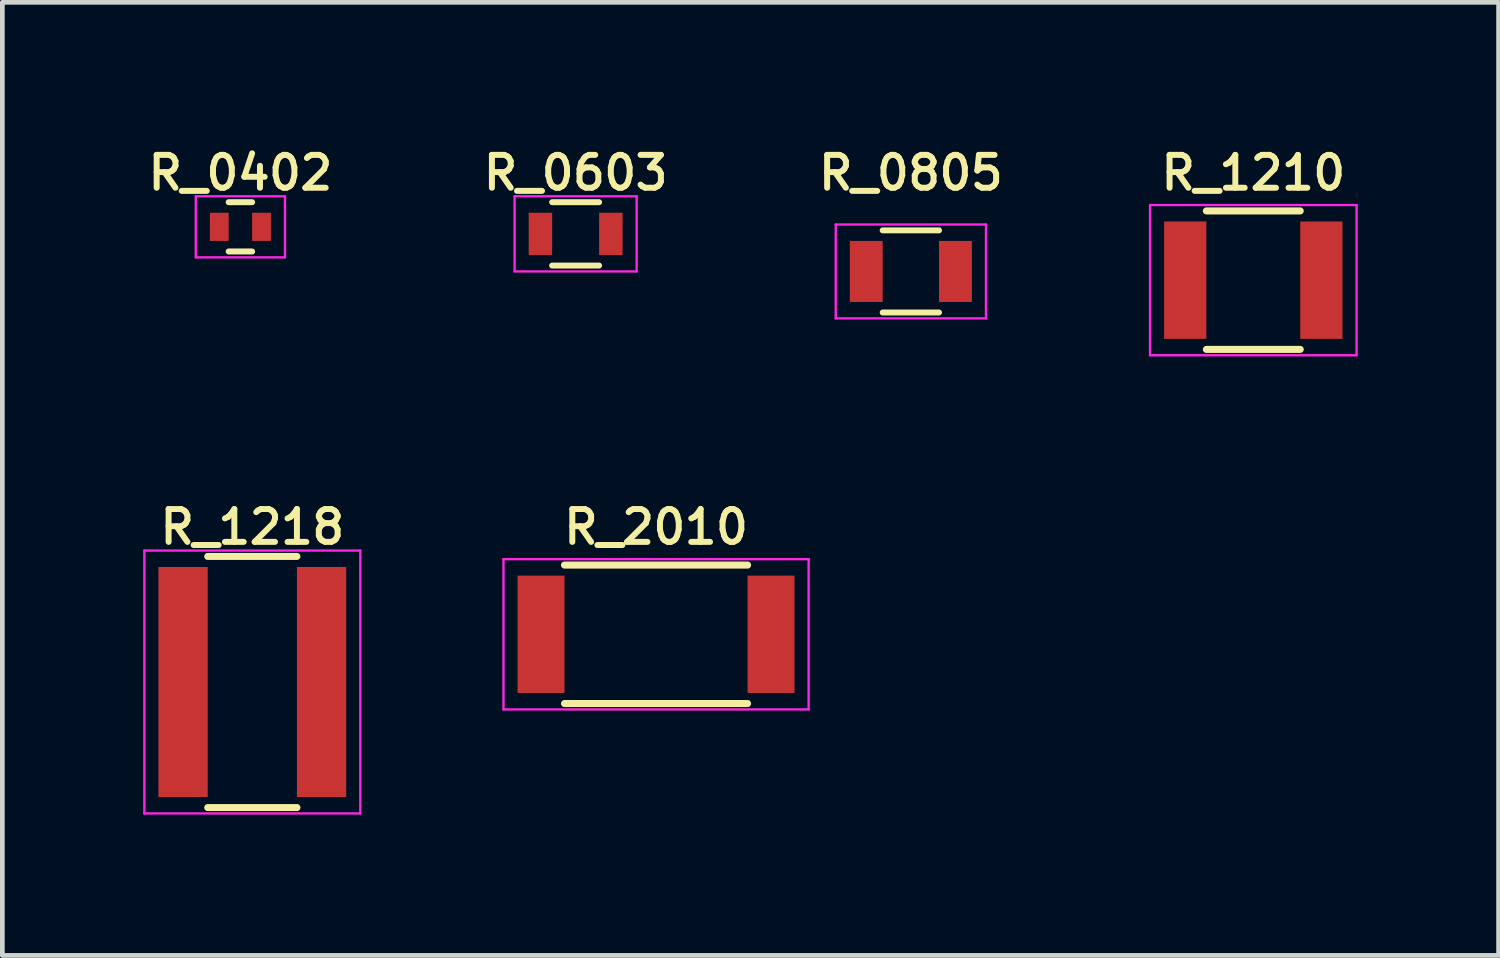
<source format=kicad_pcb>
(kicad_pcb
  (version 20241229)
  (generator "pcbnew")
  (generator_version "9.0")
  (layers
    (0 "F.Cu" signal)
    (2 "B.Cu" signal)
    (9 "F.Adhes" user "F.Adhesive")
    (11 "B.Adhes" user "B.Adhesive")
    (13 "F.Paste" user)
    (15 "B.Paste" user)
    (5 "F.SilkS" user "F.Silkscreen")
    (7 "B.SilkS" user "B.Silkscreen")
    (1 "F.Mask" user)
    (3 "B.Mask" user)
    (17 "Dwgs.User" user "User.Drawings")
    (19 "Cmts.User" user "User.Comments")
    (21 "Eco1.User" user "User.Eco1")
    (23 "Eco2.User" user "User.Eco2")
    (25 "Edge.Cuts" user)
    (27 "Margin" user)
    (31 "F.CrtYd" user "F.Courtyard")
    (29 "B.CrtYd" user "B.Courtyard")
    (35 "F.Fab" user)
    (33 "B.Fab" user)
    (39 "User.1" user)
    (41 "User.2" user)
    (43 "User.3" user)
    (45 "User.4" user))
  (footprint "R_0805"
    (layer "F.Cu")
    (at 16.353 2.732)
    (property "Reference" "R_0805" (at 0 -2.1 0) (layer "F.SilkS") (effects (font (size 0.7 0.7) (thickness 0.127))))
    (attr smd)
    (fp_line (start -0.6 -0.875) (end 0.6 -0.875) (stroke (width 0.127) (type solid)) (layer "F.SilkS"))
    (fp_line (start 0.6 0.875) (end -0.6 0.875) (stroke (width 0.127) (type solid)) (layer "F.SilkS"))
    (fp_line (start -1.6 -1) (end -1.6 1) (stroke (width 0.05) (type solid)) (layer "F.CrtYd"))
    (fp_line (start -1.6 -1) (end 1.6 -1) (stroke (width 0.05) (type solid)) (layer "F.CrtYd"))
    (fp_line (start -1.6 1) (end 1.6 1) (stroke (width 0.05) (type solid)) (layer "F.CrtYd"))
    (fp_line (start 1.6 -1) (end 1.6 1) (stroke (width 0.05) (type solid)) (layer "F.CrtYd"))
    (pad "1" smd rect (at -0.95 0) (size 0.7 1.3) (layers "F.Cu" "F.Mask" "F.Paste"))
    (pad "2" smd rect (at 0.95 0) (size 0.7 1.3) (layers "F.Cu" "F.Mask" "F.Paste")))
  (footprint "R_2010"
    (layer "F.Cu")
    (at 10.925 10.462)
    (property "Reference" "R_2010" (at 0 -2.286 0) (layer "F.SilkS") (effects (font (size 0.7 0.7) (thickness 0.127))))
    (attr smd)
    (fp_line (start -1.95 -1.475) (end 1.95 -1.475) (stroke (width 0.15) (type solid)) (layer "F.SilkS"))
    (fp_line (start 1.95 1.475) (end -1.95 1.475) (stroke (width 0.15) (type solid)) (layer "F.SilkS"))
    (fp_line (start -3.25 -1.6) (end -3.25 1.6) (stroke (width 0.05) (type solid)) (layer "F.CrtYd"))
    (fp_line (start -3.25 -1.6) (end 3.25 -1.6) (stroke (width 0.05) (type solid)) (layer "F.CrtYd"))
    (fp_line (start -3.25 1.6) (end 3.25 1.6) (stroke (width 0.05) (type solid)) (layer "F.CrtYd"))
    (fp_line (start 3.25 -1.6) (end 3.25 1.6) (stroke (width 0.05) (type solid)) (layer "F.CrtYd"))
    (pad "1" smd rect (at -2.45 0) (size 1 2.5) (layers "F.Cu" "F.Mask" "F.Paste"))
    (pad "2" smd rect (at 2.45 0) (size 1 2.5) (layers "F.Cu" "F.Mask" "F.Paste")))
  (footprint "R_1218"
    (layer "F.Cu")
    (at 2.325 11.478)
    (property "Reference" "R_1218" (at 0 -3.302 0) (layer "F.SilkS") (effects (font (size 0.7 0.7) (thickness 0.127))))
    (attr smd)
    (fp_line (start -0.95 -2.675) (end 0.95 -2.675) (stroke (width 0.15) (type solid)) (layer "F.SilkS"))
    (fp_line (start 0.95 2.675) (end -0.95 2.675) (stroke (width 0.15) (type solid)) (layer "F.SilkS"))
    (fp_line (start -2.3 -2.8) (end -2.3 2.8) (stroke (width 0.05) (type solid)) (layer "F.CrtYd"))
    (fp_line (start -2.3 -2.8) (end 2.3 -2.8) (stroke (width 0.05) (type solid)) (layer "F.CrtYd"))
    (fp_line (start -2.3 2.8) (end 2.3 2.8) (stroke (width 0.05) (type solid)) (layer "F.CrtYd"))
    (fp_line (start 2.3 -2.8) (end 2.3 2.8) (stroke (width 0.05) (type solid)) (layer "F.CrtYd"))
    (pad "1" smd rect (at -1.475 0) (size 1.05 4.9) (layers "F.Cu" "F.Mask" "F.Paste"))
    (pad "2" smd rect (at 1.475 0) (size 1.05 4.9) (layers "F.Cu" "F.Mask" "F.Paste")))
  (footprint "R_1210"
    (layer "F.Cu")
    (at 23.648 2.918)
    (property "Reference" "R_1210" (at 0 -2.286 0) (layer "F.SilkS") (effects (font (size 0.7 0.7) (thickness 0.127))))
    (attr smd)
    (fp_line (start -1 -1.475) (end 1 -1.475) (stroke (width 0.15) (type solid)) (layer "F.SilkS"))
    (fp_line (start 1 1.475) (end -1 1.475) (stroke (width 0.15) (type solid)) (layer "F.SilkS"))
    (fp_line (start -2.2 -1.6) (end -2.2 1.6) (stroke (width 0.05) (type solid)) (layer "F.CrtYd"))
    (fp_line (start -2.2 -1.6) (end 2.2 -1.6) (stroke (width 0.05) (type solid)) (layer "F.CrtYd"))
    (fp_line (start -2.2 1.6) (end 2.2 1.6) (stroke (width 0.05) (type solid)) (layer "F.CrtYd"))
    (fp_line (start 2.2 -1.6) (end 2.2 1.6) (stroke (width 0.05) (type solid)) (layer "F.CrtYd"))
    (pad "1" smd rect (at -1.45 0) (size 0.9 2.5) (layers "F.Cu" "F.Mask" "F.Paste"))
    (pad "2" smd rect (at 1.45 0) (size 0.9 2.5) (layers "F.Cu" "F.Mask" "F.Paste")))
  (footprint "R_0603"
    (layer "F.Cu")
    (at 9.212 1.932)
    (property "Reference" "R_0603" (at 0 -1.3 0) (layer "F.SilkS") (effects (font (size 0.7 0.7) (thickness 0.127))))
    (attr smd)
    (fp_line (start -0.5 -0.675) (end 0.5 -0.675) (stroke (width 0.127) (type solid)) (layer "F.SilkS"))
    (fp_line (start 0.5 0.675) (end -0.5 0.675) (stroke (width 0.127) (type solid)) (layer "F.SilkS"))
    (fp_line (start -1.3 -0.8) (end -1.3 0.8) (stroke (width 0.05) (type solid)) (layer "F.CrtYd"))
    (fp_line (start -1.3 -0.8) (end 1.3 -0.8) (stroke (width 0.05) (type solid)) (layer "F.CrtYd"))
    (fp_line (start -1.3 0.8) (end 1.3 0.8) (stroke (width 0.05) (type solid)) (layer "F.CrtYd"))
    (fp_line (start 1.3 -0.8) (end 1.3 0.8) (stroke (width 0.05) (type solid)) (layer "F.CrtYd"))
    (pad "1" smd rect (at -0.75 0) (size 0.5 0.9) (layers "F.Cu" "F.Mask" "F.Paste"))
    (pad "2" smd rect (at 0.75 0) (size 0.5 0.9) (layers "F.Cu" "F.Mask" "F.Paste")))
  (footprint "R_0402"
    (layer "F.Cu")
    (at 2.071 1.782)
    (property "Reference" "R_0402" (at 0 -1.15 0) (layer "F.SilkS") (effects (font (size 0.7 0.7) (thickness 0.127))))
    (attr smd)
    (fp_line (start -0.25 0.525) (end 0.25 0.525) (stroke (width 0.127) (type solid)) (layer "F.SilkS"))
    (fp_line (start 0.25 -0.525) (end -0.25 -0.525) (stroke (width 0.127) (type solid)) (layer "F.SilkS"))
    (fp_line (start -0.95 -0.65) (end -0.95 0.65) (stroke (width 0.05) (type solid)) (layer "F.CrtYd"))
    (fp_line (start -0.95 -0.65) (end 0.95 -0.65) (stroke (width 0.05) (type solid)) (layer "F.CrtYd"))
    (fp_line (start -0.95 0.65) (end 0.95 0.65) (stroke (width 0.05) (type solid)) (layer "F.CrtYd"))
    (fp_line (start 0.95 -0.65) (end 0.95 0.65) (stroke (width 0.05) (type solid)) (layer "F.CrtYd"))
    (pad "1" smd rect (at -0.45 0) (size 0.4 0.6) (layers "F.Cu" "F.Mask" "F.Paste"))
    (pad "2" smd rect (at 0.45 0) (size 0.4 0.6) (layers "F.Cu" "F.Mask" "F.Paste")))
  (gr_rect
    (start -3 -3)
    (end 28.873 17.303)
    (stroke (width 0.1) (type default))
    (fill no)
    (layer "Edge.Cuts")))
</source>
